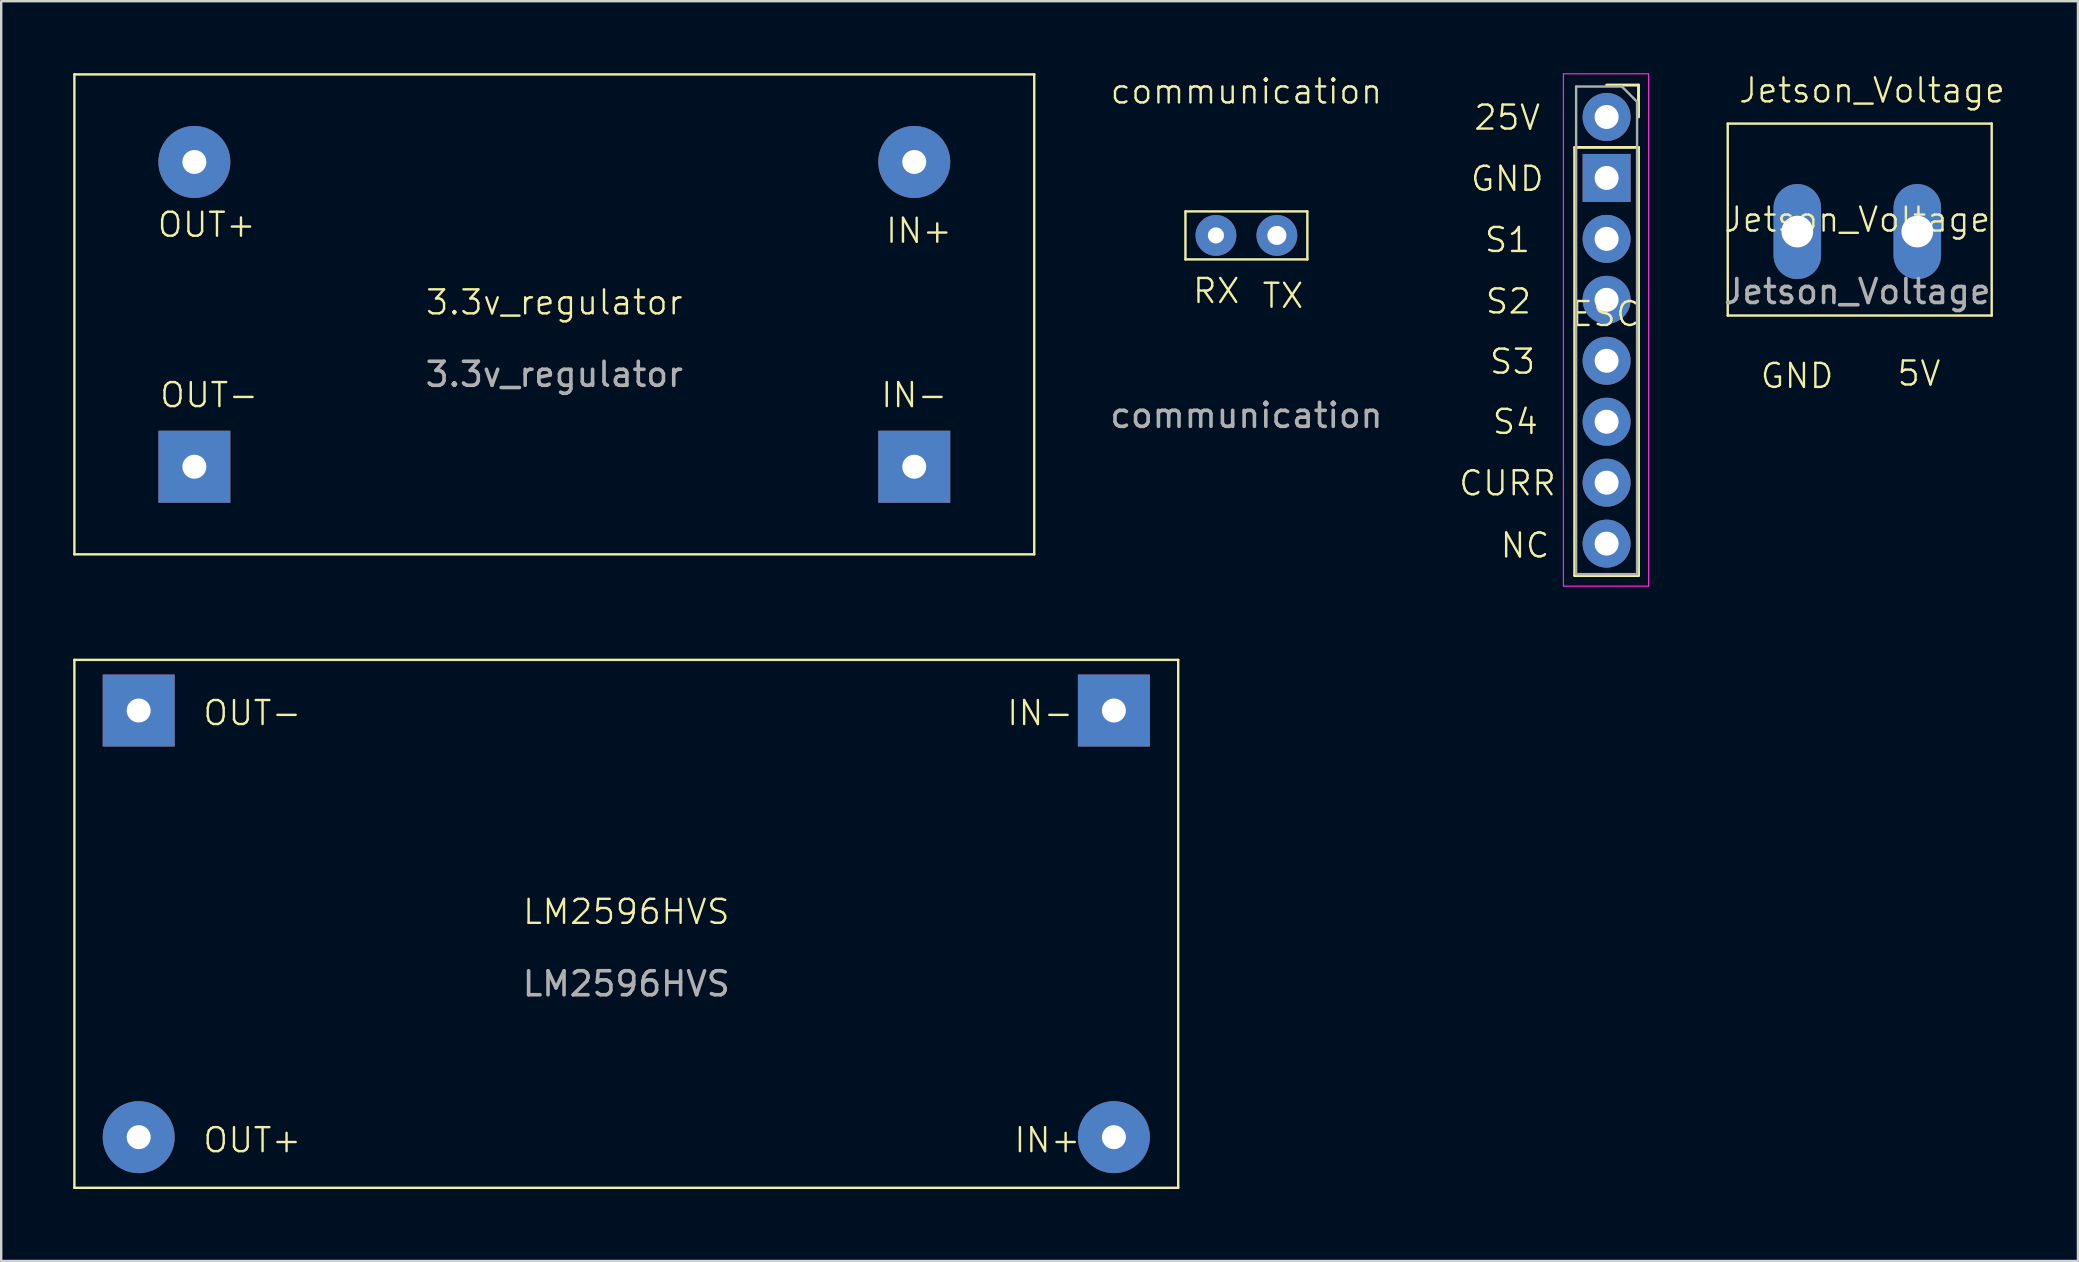
<source format=kicad_pcb>
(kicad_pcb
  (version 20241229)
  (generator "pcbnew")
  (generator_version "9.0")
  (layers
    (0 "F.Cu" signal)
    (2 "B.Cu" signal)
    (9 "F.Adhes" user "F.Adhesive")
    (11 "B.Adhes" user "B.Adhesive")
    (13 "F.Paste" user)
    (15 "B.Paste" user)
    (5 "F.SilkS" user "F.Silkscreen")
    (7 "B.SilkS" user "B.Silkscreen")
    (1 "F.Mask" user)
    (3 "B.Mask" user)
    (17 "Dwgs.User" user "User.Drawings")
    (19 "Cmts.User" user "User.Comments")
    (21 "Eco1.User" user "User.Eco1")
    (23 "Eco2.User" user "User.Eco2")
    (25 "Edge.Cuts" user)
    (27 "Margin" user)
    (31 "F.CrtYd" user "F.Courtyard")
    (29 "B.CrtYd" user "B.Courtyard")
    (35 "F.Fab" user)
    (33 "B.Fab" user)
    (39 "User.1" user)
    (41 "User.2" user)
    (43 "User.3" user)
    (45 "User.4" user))
  (footprint "communication"
    (layer "F.Cu")
    (at 48.892 6.761)
    (property "Reference" "communication" (at 0 -6 0) (unlocked yes) (layer "F.SilkS") (effects (font (size 1 1) (thickness 0.1))))
    (attr through_hole)
    (fp_line (start -2.54 -1) (end -2.54 1) (stroke (width 0.1) (type default)) (layer "F.SilkS"))
    (fp_line (start -2.54 -1) (end 2.54 -1) (stroke (width 0.1) (type default)) (layer "F.SilkS"))
    (fp_line (start -2.54 1) (end 2.54 1) (stroke (width 0.1) (type default)) (layer "F.SilkS"))
    (fp_line (start 2.54 -1) (end 2.54 1) (stroke (width 0.1) (type default)) (layer "F.SilkS"))
    (fp_text user "TX" (at 0.6 3.1 0) (unlocked yes) (layer "F.SilkS") (effects (font (size 1 1) (thickness 0.1)) (justify left bottom)))
    (fp_text user "RX" (at -2.3 2.9 0) (unlocked yes) (layer "F.SilkS") (effects (font (size 1 1) (thickness 0.1)) (justify left bottom)))
    (fp_text user "${REFERENCE}" (at 0 7.5 0) (unlocked yes) (layer "F.Fab") (effects (font (size 1 1) (thickness 0.15))))
    (pad "1" thru_hole circle (at 1.27 0) (size 1.7 1.7) (drill 0.792) (layers "*.Cu" "*.Mask"))
    (pad "2" thru_hole circle (at -1.27 0) (size 1.7 1.7) (drill 0.67) (layers "*.Cu" "*.Mask")))
  (footprint "ESC"
    (layer "F.Cu")
    (at 63.863 10.535)
    (property "Reference" "ESC" (at 0 -0.5 0) (unlocked yes) (layer "F.SilkS") (effects (font (size 1 1) (thickness 0.1))))
    (attr through_hole)
    (fp_line (start -1.29 -7.44) (end -1.29 10.4) (stroke (width 0.12) (type solid)) (layer "F.SilkS"))
    (fp_line (start -1.29 -7.44) (end 1.37 -7.44) (stroke (width 0.12) (type solid)) (layer "F.SilkS"))
    (fp_line (start -1.29 10.4) (end 1.37 10.4) (stroke (width 0.12) (type solid)) (layer "F.SilkS"))
    (fp_line (start 0.04 -10.04) (end 1.37 -10.04) (stroke (width 0.12) (type solid)) (layer "F.SilkS"))
    (fp_line (start 1.37 -10.04) (end 1.37 -8.71) (stroke (width 0.12) (type solid)) (layer "F.SilkS"))
    (fp_line (start 1.37 -7.44) (end 1.37 10.4) (stroke (width 0.12) (type solid)) (layer "F.SilkS"))
    (fp_line (start -1.76 -10.51) (end 1.79 -10.51) (stroke (width 0.05) (type solid)) (layer "F.CrtYd"))
    (fp_line (start -1.76 10.84) (end -1.76 -10.51) (stroke (width 0.05) (type solid)) (layer "F.CrtYd"))
    (fp_line (start 1.79 -10.51) (end 1.79 10.84) (stroke (width 0.05) (type solid)) (layer "F.CrtYd"))
    (fp_line (start 1.79 10.84) (end -1.76 10.84) (stroke (width 0.05) (type solid)) (layer "F.CrtYd"))
    (fp_line (start -1.23 -9.98) (end 0.675 -9.98) (stroke (width 0.1) (type solid)) (layer "F.Fab"))
    (fp_line (start -1.23 10.34) (end -1.23 -9.98) (stroke (width 0.1) (type solid)) (layer "F.Fab"))
    (fp_line (start 0.675 -9.98) (end 1.31 -9.345) (stroke (width 0.1) (type solid)) (layer "F.Fab"))
    (fp_line (start 1.31 -9.345) (end 1.31 10.34) (stroke (width 0.1) (type solid)) (layer "F.Fab"))
    (fp_line (start 1.31 10.34) (end -1.23 10.34) (stroke (width 0.1) (type solid)) (layer "F.Fab"))
    (fp_text user "S1" (at -5.11 -3 0) (unlocked yes) (layer "F.SilkS") (effects (font (size 1 1) (thickness 0.1)) (justify left bottom)))
    (fp_text user "S4" (at -4.78 4.58 0) (unlocked yes) (layer "F.SilkS") (effects (font (size 1 1) (thickness 0.1)) (justify left bottom)))
    (fp_text user "NC" (at -4.45 9.73 0) (unlocked yes) (layer "F.SilkS") (effects (font (size 1 1) (thickness 0.1)) (justify left bottom)))
    (fp_text user "CURR" (at -6.18 7.14 0) (unlocked yes) (layer "F.SilkS") (effects (font (size 1 1) (thickness 0.1)) (justify left bottom)))
    (fp_text user "GND" (at -5.69 -5.55 0) (unlocked yes) (layer "F.SilkS") (effects (font (size 1 1) (thickness 0.1)) (justify left bottom)))
    (fp_text user "S3" (at -4.9 2.07 0) (unlocked yes) (layer "F.SilkS") (effects (font (size 1 1) (thickness 0.1)) (justify left bottom)))
    (fp_text user "25V" (at -5.55 -8.1 0) (unlocked yes) (layer "F.SilkS") (effects (font (size 1 1) (thickness 0.1)) (justify left bottom)))
    (fp_text user "S2" (at -5.07 -0.44 0) (unlocked yes) (layer "F.SilkS") (effects (font (size 1 1) (thickness 0.1)) (justify left bottom)))
    (pad "1" thru_hole circle (at 0.04 -8.71) (size 2 2) (drill 1) (layers "*.Cu" "*.Mask"))
    (pad "2" thru_hole rect (at 0.04 -6.17) (size 2 2) (drill 1) (layers "*.Cu" "*.Mask"))
    (pad "3" thru_hole circle (at 0.04 -3.63) (size 2 2) (drill 1) (layers "*.Cu" "*.Mask"))
    (pad "4" thru_hole circle (at 0.04 -1.09) (size 2 2) (drill 1) (layers "*.Cu" "*.Mask"))
    (pad "5" thru_hole circle (at 0.04 1.45) (size 2 2) (drill 1) (layers "*.Cu" "*.Mask"))
    (pad "6" thru_hole circle (at 0.04 3.99) (size 2 2) (drill 1) (layers "*.Cu" "*.Mask"))
    (pad "7" thru_hole circle (at 0.04 6.53) (size 2 2) (drill 1) (layers "*.Cu" "*.Mask"))
    (pad "8" thru_hole circle (at 0.04 9.07) (size 2 2) (drill 1) (layers "*.Cu" "*.Mask")))
  (footprint "Jetson_Voltage"
    (layer "F.Cu")
    (at 74.351 6.6)
    (property "Reference" "Jetson_Voltage" (at 0 -0.5 0) (unlocked yes) (layer "F.SilkS") (effects (font (size 1 1) (thickness 0.1))))
    (attr through_hole)
    (fp_line (start -5.4 -4.5) (end -5.4 3.5) (stroke (width 0.1) (type default)) (layer "F.SilkS"))
    (fp_line (start -5.4 -4.5) (end 5.6 -4.5) (stroke (width 0.1) (type default)) (layer "F.SilkS"))
    (fp_line (start -5.4 3.5) (end 5.6 3.5) (stroke (width 0.1) (type default)) (layer "F.SilkS"))
    (fp_line (start 5.6 -4.5) (end 5.6 3.5) (stroke (width 0.1) (type default)) (layer "F.SilkS"))
    (fp_text user "5V" (at 1.6 6.5 0) (unlocked yes) (layer "F.SilkS") (effects (font (size 1 1) (thickness 0.1)) (justify left bottom)))
    (fp_text user "Jetson_Voltage" (at -5 -5.3 0) (unlocked yes) (layer "F.SilkS") (effects (font (size 1 1) (thickness 0.1)) (justify left bottom)))
    (fp_text user "GND" (at -4.1 6.6 0) (unlocked yes) (layer "F.SilkS") (effects (font (size 1 1) (thickness 0.1)) (justify left bottom)))
    (fp_text user "${REFERENCE}" (at 0 2.5 0) (unlocked yes) (layer "F.Fab") (effects (font (size 1 1) (thickness 0.15))))
    (pad "1" thru_hole oval (at 2.5 0) (size 1.98 3.96) (drill 1.32) (layers "*.Cu" "*.Mask"))
    (pad "2" thru_hole oval (at -2.5 0) (size 1.98 3.96) (drill 1.32) (layers "*.Cu" "*.Mask")))
  (footprint "LM2596HVS"
    (layer "F.Cu")
    (at 23.05 35.45)
    (property "Reference" "LM2596HVS" (at 0 -0.5 0) (unlocked yes) (layer "F.SilkS") (effects (font (size 1 1) (thickness 0.1))))
    (attr through_hole)
    (fp_line (start -23 -11) (end -23 11) (stroke (width 0.1) (type default)) (layer "F.SilkS"))
    (fp_line (start -23 -11) (end 23 -11) (stroke (width 0.1) (type default)) (layer "F.SilkS"))
    (fp_line (start 23 -11) (end 23 11) (stroke (width 0.1) (type default)) (layer "F.SilkS"))
    (fp_line (start 23 11) (end -23 11) (stroke (width 0.1) (type default)) (layer "F.SilkS"))
    (fp_text user "OUT-" (at -17.7 -8.2 0) (unlocked yes) (layer "F.SilkS") (effects (font (size 1 1) (thickness 0.1)) (justify left bottom)))
    (fp_text user "OUT+" (at -17.7 9.6 0) (unlocked yes) (layer "F.SilkS") (effects (font (size 1 1) (thickness 0.1)) (justify left bottom)))
    (fp_text user "IN-" (at 15.8 -8.2 0) (unlocked yes) (layer "F.SilkS") (effects (font (size 1 1) (thickness 0.1)) (justify left bottom)))
    (fp_text user "IN+" (at 16.1 9.6 0) (unlocked yes) (layer "F.SilkS") (effects (font (size 1 1) (thickness 0.1)) (justify left bottom)))
    (fp_text user "${REFERENCE}" (at 0 2.5 0) (unlocked yes) (layer "F.Fab") (effects (font (size 1 1) (thickness 0.15))))
    (pad "1" thru_hole circle (at 20.32 8.89) (size 3 3) (drill 1) (layers "*.Cu" "*.Mask"))
    (pad "2" thru_hole rect (at 20.32 -8.89) (size 3 3) (drill 1) (layers "*.Cu" "*.Mask"))
    (pad "3" thru_hole circle (at -20.32 8.89) (size 3 3) (drill 1) (layers "*.Cu" "*.Mask"))
    (pad "4" thru_hole rect (at -20.32 -8.89) (size 3 3) (drill 1) (layers "*.Cu" "*.Mask")))
  (footprint "3.3v_regulator"
    (layer "F.Cu")
    (at 20.05 10.05)
    (property "Reference" "3.3v_regulator" (at 0 -0.5 0) (unlocked yes) (layer "F.SilkS") (effects (font (size 1 1) (thickness 0.1))))
    (attr through_hole)
    (fp_line (start -20 -10) (end -20 10) (stroke (width 0.1) (type default)) (layer "F.SilkS"))
    (fp_line (start -20 -10) (end 20 -10) (stroke (width 0.1) (type default)) (layer "F.SilkS"))
    (fp_line (start -20 10) (end 20 10) (stroke (width 0.1) (type default)) (layer "F.SilkS"))
    (fp_line (start 20 -10) (end 20 10) (stroke (width 0.1) (type default)) (layer "F.SilkS"))
    (fp_text user "IN-" (at 13.55 3.95 0) (unlocked yes) (layer "F.SilkS") (effects (font (size 1 1) (thickness 0.1)) (justify left bottom)))
    (fp_text user "OUT-" (at -16.5 3.95 0) (unlocked yes) (layer "F.SilkS") (effects (font (size 1 1) (thickness 0.1)) (justify left bottom)))
    (fp_text user "OUT+" (at -16.6 -3.15 0) (unlocked yes) (layer "F.SilkS") (effects (font (size 1 1) (thickness 0.1)) (justify left bottom)))
    (fp_text user "IN+" (at 13.75 -2.9 0) (unlocked yes) (layer "F.SilkS") (effects (font (size 1 1) (thickness 0.1)) (justify left bottom)))
    (fp_text user "${REFERENCE}" (at 0 2.5 0) (unlocked yes) (layer "F.Fab") (effects (font (size 1 1) (thickness 0.15))))
    (pad "1" thru_hole circle (at 15 -6.35) (size 3 3) (drill 1) (layers "*.Cu" "*.Mask"))
    (pad "2" thru_hole rect (at 15 6.35) (size 3 3) (drill 1) (layers "*.Cu" "*.Mask"))
    (pad "3" thru_hole circle (at -15 -6.35) (size 3 3) (drill 1) (layers "*.Cu" "*.Mask"))
    (pad "4" thru_hole rect (at -15 6.35) (size 3 3) (drill 1) (layers "*.Cu" "*.Mask")))
  (gr_rect
    (start -3 -3)
    (end 83.546 49.5)
    (stroke (width 0.1) (type default))
    (fill no)
    (layer "Edge.Cuts")))
</source>
